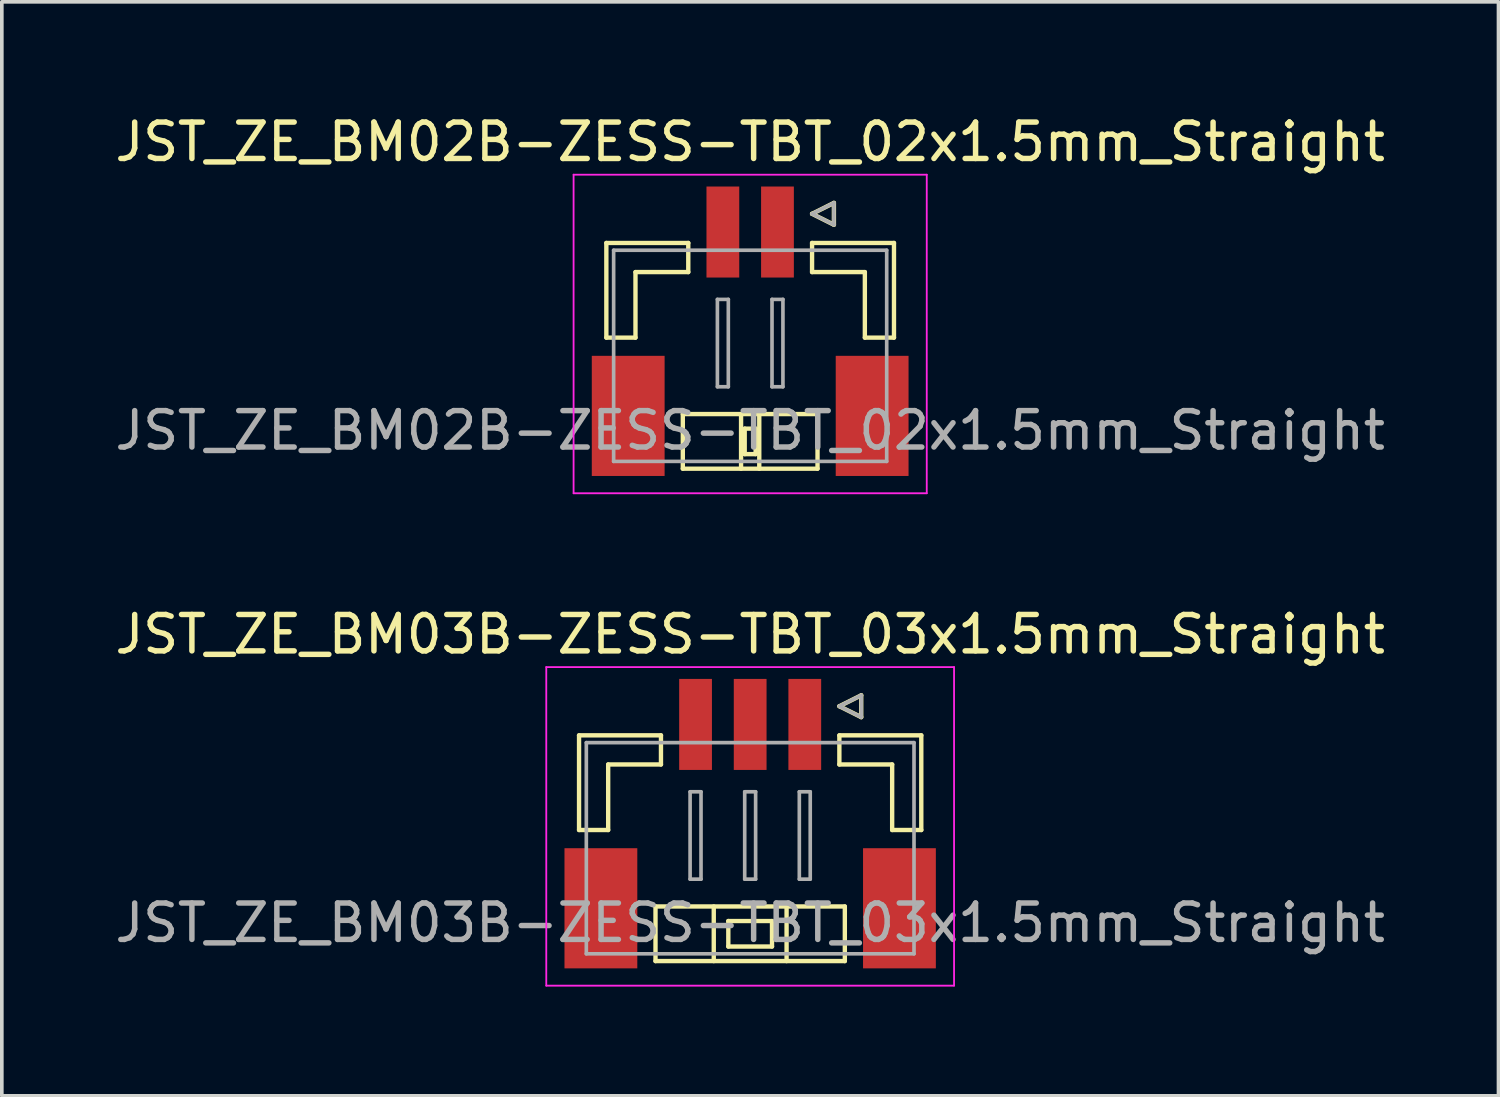
<source format=kicad_pcb>
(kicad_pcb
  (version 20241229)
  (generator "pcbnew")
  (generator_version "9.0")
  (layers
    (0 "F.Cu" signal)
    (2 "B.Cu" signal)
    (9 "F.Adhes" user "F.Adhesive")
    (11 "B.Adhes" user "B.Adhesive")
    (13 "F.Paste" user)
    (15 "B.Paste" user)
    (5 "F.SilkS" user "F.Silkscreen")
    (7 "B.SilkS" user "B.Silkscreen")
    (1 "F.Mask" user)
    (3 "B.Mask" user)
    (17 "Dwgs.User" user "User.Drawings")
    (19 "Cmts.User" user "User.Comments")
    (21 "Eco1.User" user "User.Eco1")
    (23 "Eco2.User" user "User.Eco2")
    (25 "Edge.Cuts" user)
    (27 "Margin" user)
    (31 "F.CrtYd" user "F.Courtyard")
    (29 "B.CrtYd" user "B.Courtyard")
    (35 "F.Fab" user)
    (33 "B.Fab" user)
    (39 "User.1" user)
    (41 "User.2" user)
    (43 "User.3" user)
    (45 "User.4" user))
  (footprint "JST_ZE_BM03B-ZESS-TBT_03x1.5mm_Straight"
    (layer "F.Cu")
    (at 17.554 19.372)
    (property "Reference" "JST_ZE_BM03B-ZESS-TBT_03x1.5mm_Straight" (at 0 -5 0) (layer "F.SilkS") (effects (font (size 1 1) (thickness 0.15))))
    (attr smd)
    (fp_line (start -4.7 -2.225) (end -4.7 0.375) (stroke (width 0.12) (type solid)) (layer "F.SilkS"))
    (fp_line (start -4.7 0.375) (end -3.9 0.375) (stroke (width 0.12) (type solid)) (layer "F.SilkS"))
    (fp_line (start -3.9 -1.425) (end -2.45 -1.425) (stroke (width 0.12) (type solid)) (layer "F.SilkS"))
    (fp_line (start -3.9 0.375) (end -3.9 -1.425) (stroke (width 0.12) (type solid)) (layer "F.SilkS"))
    (fp_line (start -2.6 2.475) (end -2.6 3.975) (stroke (width 0.12) (type solid)) (layer "F.SilkS"))
    (fp_line (start -2.6 3.975) (end 2.6 3.975) (stroke (width 0.12) (type solid)) (layer "F.SilkS"))
    (fp_line (start -2.45 -2.225) (end -4.7 -2.225) (stroke (width 0.12) (type solid)) (layer "F.SilkS"))
    (fp_line (start -2.45 -1.425) (end -2.45 -2.225) (stroke (width 0.12) (type solid)) (layer "F.SilkS"))
    (fp_line (start -1 2.475) (end -1 3.975) (stroke (width 0.12) (type solid)) (layer "F.SilkS"))
    (fp_line (start -0.6 2.875) (end -0.6 3.575) (stroke (width 0.12) (type solid)) (layer "F.SilkS"))
    (fp_line (start -0.6 3.575) (end 0.6 3.575) (stroke (width 0.12) (type solid)) (layer "F.SilkS"))
    (fp_line (start 0.6 2.875) (end -0.6 2.875) (stroke (width 0.12) (type solid)) (layer "F.SilkS"))
    (fp_line (start 0.6 3.575) (end 0.6 2.875) (stroke (width 0.12) (type solid)) (layer "F.SilkS"))
    (fp_line (start 1 2.475) (end 1 3.975) (stroke (width 0.12) (type solid)) (layer "F.SilkS"))
    (fp_line (start 2.45 -3.025) (end 3.05 -3.325) (stroke (width 0.12) (type solid)) (layer "F.SilkS"))
    (fp_line (start 2.45 -2.225) (end 4.7 -2.225) (stroke (width 0.12) (type solid)) (layer "F.SilkS"))
    (fp_line (start 2.45 -1.425) (end 2.45 -2.225) (stroke (width 0.12) (type solid)) (layer "F.SilkS"))
    (fp_line (start 2.6 2.475) (end -2.6 2.475) (stroke (width 0.12) (type solid)) (layer "F.SilkS"))
    (fp_line (start 2.6 3.975) (end 2.6 2.475) (stroke (width 0.12) (type solid)) (layer "F.SilkS"))
    (fp_line (start 3.05 -3.325) (end 3.05 -2.725) (stroke (width 0.12) (type solid)) (layer "F.SilkS"))
    (fp_line (start 3.05 -2.725) (end 2.45 -3.025) (stroke (width 0.12) (type solid)) (layer "F.SilkS"))
    (fp_line (start 3.9 -1.425) (end 2.45 -1.425) (stroke (width 0.12) (type solid)) (layer "F.SilkS"))
    (fp_line (start 3.9 0.375) (end 3.9 -1.425) (stroke (width 0.12) (type solid)) (layer "F.SilkS"))
    (fp_line (start 4.7 -2.225) (end 4.7 0.375) (stroke (width 0.12) (type solid)) (layer "F.SilkS"))
    (fp_line (start 4.7 0.375) (end 3.9 0.375) (stroke (width 0.12) (type solid)) (layer "F.SilkS"))
    (fp_line (start -5.6 -4.1) (end -5.6 4.65) (stroke (width 0.05) (type solid)) (layer "F.CrtYd"))
    (fp_line (start -5.6 4.65) (end 5.6 4.65) (stroke (width 0.05) (type solid)) (layer "F.CrtYd"))
    (fp_line (start 5.6 -4.1) (end -5.6 -4.1) (stroke (width 0.05) (type solid)) (layer "F.CrtYd"))
    (fp_line (start 5.6 4.65) (end 5.6 -4.1) (stroke (width 0.05) (type solid)) (layer "F.CrtYd"))
    (fp_line (start -4.5 -2.025) (end -4.5 3.775) (stroke (width 0.1) (type solid)) (layer "F.Fab"))
    (fp_line (start -4.5 3.775) (end 4.5 3.775) (stroke (width 0.1) (type solid)) (layer "F.Fab"))
    (fp_line (start -1.65 -0.675) (end -1.65 1.725) (stroke (width 0.1) (type solid)) (layer "F.Fab"))
    (fp_line (start -1.65 1.725) (end -1.35 1.725) (stroke (width 0.1) (type solid)) (layer "F.Fab"))
    (fp_line (start -1.35 -0.675) (end -1.65 -0.675) (stroke (width 0.1) (type solid)) (layer "F.Fab"))
    (fp_line (start -1.35 1.725) (end -1.35 -0.675) (stroke (width 0.1) (type solid)) (layer "F.Fab"))
    (fp_line (start -0.15 -0.675) (end -0.15 1.725) (stroke (width 0.1) (type solid)) (layer "F.Fab"))
    (fp_line (start -0.15 1.725) (end 0.15 1.725) (stroke (width 0.1) (type solid)) (layer "F.Fab"))
    (fp_line (start 0.15 -0.675) (end -0.15 -0.675) (stroke (width 0.1) (type solid)) (layer "F.Fab"))
    (fp_line (start 0.15 1.725) (end 0.15 -0.675) (stroke (width 0.1) (type solid)) (layer "F.Fab"))
    (fp_line (start 1.35 -0.675) (end 1.35 1.725) (stroke (width 0.1) (type solid)) (layer "F.Fab"))
    (fp_line (start 1.35 1.725) (end 1.65 1.725) (stroke (width 0.1) (type solid)) (layer "F.Fab"))
    (fp_line (start 1.65 -0.675) (end 1.35 -0.675) (stroke (width 0.1) (type solid)) (layer "F.Fab"))
    (fp_line (start 1.65 1.725) (end 1.65 -0.675) (stroke (width 0.1) (type solid)) (layer "F.Fab"))
    (fp_line (start 2.45 -3.025) (end 3.05 -3.325) (stroke (width 0.1) (type solid)) (layer "F.Fab"))
    (fp_line (start 3.05 -3.325) (end 3.05 -2.725) (stroke (width 0.1) (type solid)) (layer "F.Fab"))
    (fp_line (start 3.05 -2.725) (end 2.45 -3.025) (stroke (width 0.1) (type solid)) (layer "F.Fab"))
    (fp_line (start 4.5 -2.025) (end -4.5 -2.025) (stroke (width 0.1) (type solid)) (layer "F.Fab"))
    (fp_line (start 4.5 3.775) (end 4.5 -2.025) (stroke (width 0.1) (type solid)) (layer "F.Fab"))
    (fp_text user "${REFERENCE}" (at 0 2.925 0) (layer "F.Fab") (effects (font (size 1 1) (thickness 0.15))))
    (pad "" smd rect (at -4.1 2.525) (size 2 3.3) (layers "F.Cu" "F.Mask" "F.Paste"))
    (pad "" smd rect (at 4.1 2.525) (size 2 3.3) (layers "F.Cu" "F.Mask" "F.Paste"))
    (pad "1" smd rect (at 1.5 -2.525) (size 0.9 2.5) (layers "F.Cu" "F.Mask" "F.Paste"))
    (pad "2" smd rect (at 0 -2.525) (size 0.9 2.5) (layers "F.Cu" "F.Mask" "F.Paste"))
    (pad "3" smd rect (at -1.5 -2.525) (size 0.9 2.5) (layers "F.Cu" "F.Mask" "F.Paste")))
  (footprint "JST_ZE_BM02B-ZESS-TBT_02x1.5mm_Straight"
    (layer "F.Cu")
    (at 17.554 5.848)
    (property "Reference" "JST_ZE_BM02B-ZESS-TBT_02x1.5mm_Straight" (at 0 -5 0) (layer "F.SilkS") (effects (font (size 1 1) (thickness 0.15))))
    (attr smd)
    (fp_line (start -3.95 -2.225) (end -3.95 0.375) (stroke (width 0.12) (type solid)) (layer "F.SilkS"))
    (fp_line (start -3.95 0.375) (end -3.15 0.375) (stroke (width 0.12) (type solid)) (layer "F.SilkS"))
    (fp_line (start -3.15 -1.425) (end -1.7 -1.425) (stroke (width 0.12) (type solid)) (layer "F.SilkS"))
    (fp_line (start -3.15 0.375) (end -3.15 -1.425) (stroke (width 0.12) (type solid)) (layer "F.SilkS"))
    (fp_line (start -1.85 2.475) (end -1.85 3.975) (stroke (width 0.12) (type solid)) (layer "F.SilkS"))
    (fp_line (start -1.85 3.975) (end 1.85 3.975) (stroke (width 0.12) (type solid)) (layer "F.SilkS"))
    (fp_line (start -1.7 -2.225) (end -3.95 -2.225) (stroke (width 0.12) (type solid)) (layer "F.SilkS"))
    (fp_line (start -1.7 -1.425) (end -1.7 -2.225) (stroke (width 0.12) (type solid)) (layer "F.SilkS"))
    (fp_line (start -0.25 2.475) (end -0.25 3.975) (stroke (width 0.12) (type solid)) (layer "F.SilkS"))
    (fp_line (start -0.15 2.875) (end 0.15 2.875) (stroke (width 0.12) (type solid)) (layer "F.SilkS"))
    (fp_line (start -0.15 3.575) (end -0.15 2.875) (stroke (width 0.12) (type solid)) (layer "F.SilkS"))
    (fp_line (start 0.15 2.875) (end 0.15 3.575) (stroke (width 0.12) (type solid)) (layer "F.SilkS"))
    (fp_line (start 0.15 3.575) (end -0.15 3.575) (stroke (width 0.12) (type solid)) (layer "F.SilkS"))
    (fp_line (start 0.25 2.475) (end 0.25 3.975) (stroke (width 0.12) (type solid)) (layer "F.SilkS"))
    (fp_line (start 1.7 -3.025) (end 2.3 -3.325) (stroke (width 0.12) (type solid)) (layer "F.SilkS"))
    (fp_line (start 1.7 -2.225) (end 3.95 -2.225) (stroke (width 0.12) (type solid)) (layer "F.SilkS"))
    (fp_line (start 1.7 -1.425) (end 1.7 -2.225) (stroke (width 0.12) (type solid)) (layer "F.SilkS"))
    (fp_line (start 1.85 2.475) (end -1.85 2.475) (stroke (width 0.12) (type solid)) (layer "F.SilkS"))
    (fp_line (start 1.85 3.975) (end 1.85 2.475) (stroke (width 0.12) (type solid)) (layer "F.SilkS"))
    (fp_line (start 2.3 -3.325) (end 2.3 -2.725) (stroke (width 0.12) (type solid)) (layer "F.SilkS"))
    (fp_line (start 2.3 -2.725) (end 1.7 -3.025) (stroke (width 0.12) (type solid)) (layer "F.SilkS"))
    (fp_line (start 3.15 -1.425) (end 1.7 -1.425) (stroke (width 0.12) (type solid)) (layer "F.SilkS"))
    (fp_line (start 3.15 0.375) (end 3.15 -1.425) (stroke (width 0.12) (type solid)) (layer "F.SilkS"))
    (fp_line (start 3.95 -2.225) (end 3.95 0.375) (stroke (width 0.12) (type solid)) (layer "F.SilkS"))
    (fp_line (start 3.95 0.375) (end 3.15 0.375) (stroke (width 0.12) (type solid)) (layer "F.SilkS"))
    (fp_line (start -4.85 -4.1) (end -4.85 4.65) (stroke (width 0.05) (type solid)) (layer "F.CrtYd"))
    (fp_line (start -4.85 4.65) (end 4.85 4.65) (stroke (width 0.05) (type solid)) (layer "F.CrtYd"))
    (fp_line (start 4.85 -4.1) (end -4.85 -4.1) (stroke (width 0.05) (type solid)) (layer "F.CrtYd"))
    (fp_line (start 4.85 4.65) (end 4.85 -4.1) (stroke (width 0.05) (type solid)) (layer "F.CrtYd"))
    (fp_line (start -3.75 -2.025) (end -3.75 3.775) (stroke (width 0.1) (type solid)) (layer "F.Fab"))
    (fp_line (start -3.75 3.775) (end 3.75 3.775) (stroke (width 0.1) (type solid)) (layer "F.Fab"))
    (fp_line (start -0.9 -0.675) (end -0.9 1.725) (stroke (width 0.1) (type solid)) (layer "F.Fab"))
    (fp_line (start -0.9 1.725) (end -0.6 1.725) (stroke (width 0.1) (type solid)) (layer "F.Fab"))
    (fp_line (start -0.6 -0.675) (end -0.9 -0.675) (stroke (width 0.1) (type solid)) (layer "F.Fab"))
    (fp_line (start -0.6 1.725) (end -0.6 -0.675) (stroke (width 0.1) (type solid)) (layer "F.Fab"))
    (fp_line (start 0.6 -0.675) (end 0.6 1.725) (stroke (width 0.1) (type solid)) (layer "F.Fab"))
    (fp_line (start 0.6 1.725) (end 0.9 1.725) (stroke (width 0.1) (type solid)) (layer "F.Fab"))
    (fp_line (start 0.9 -0.675) (end 0.6 -0.675) (stroke (width 0.1) (type solid)) (layer "F.Fab"))
    (fp_line (start 0.9 1.725) (end 0.9 -0.675) (stroke (width 0.1) (type solid)) (layer "F.Fab"))
    (fp_line (start 1.7 -3.025) (end 2.3 -3.325) (stroke (width 0.1) (type solid)) (layer "F.Fab"))
    (fp_line (start 2.3 -3.325) (end 2.3 -2.725) (stroke (width 0.1) (type solid)) (layer "F.Fab"))
    (fp_line (start 2.3 -2.725) (end 1.7 -3.025) (stroke (width 0.1) (type solid)) (layer "F.Fab"))
    (fp_line (start 3.75 -2.025) (end -3.75 -2.025) (stroke (width 0.1) (type solid)) (layer "F.Fab"))
    (fp_line (start 3.75 3.775) (end 3.75 -2.025) (stroke (width 0.1) (type solid)) (layer "F.Fab"))
    (fp_text user "${REFERENCE}" (at 0 2.925 0) (layer "F.Fab") (effects (font (size 1 1) (thickness 0.15))))
    (pad "" smd rect (at -3.35 2.525) (size 2 3.3) (layers "F.Cu" "F.Mask" "F.Paste"))
    (pad "" smd rect (at 3.35 2.525) (size 2 3.3) (layers "F.Cu" "F.Mask" "F.Paste"))
    (pad "1" smd rect (at 0.75 -2.525) (size 0.9 2.5) (layers "F.Cu" "F.Mask" "F.Paste"))
    (pad "2" smd rect (at -0.75 -2.525) (size 0.9 2.5) (layers "F.Cu" "F.Mask" "F.Paste")))
  (gr_rect
    (start -3 -3)
    (end 38.107 27.047)
    (stroke (width 0.1) (type default))
    (fill no)
    (layer "Edge.Cuts")))
</source>
